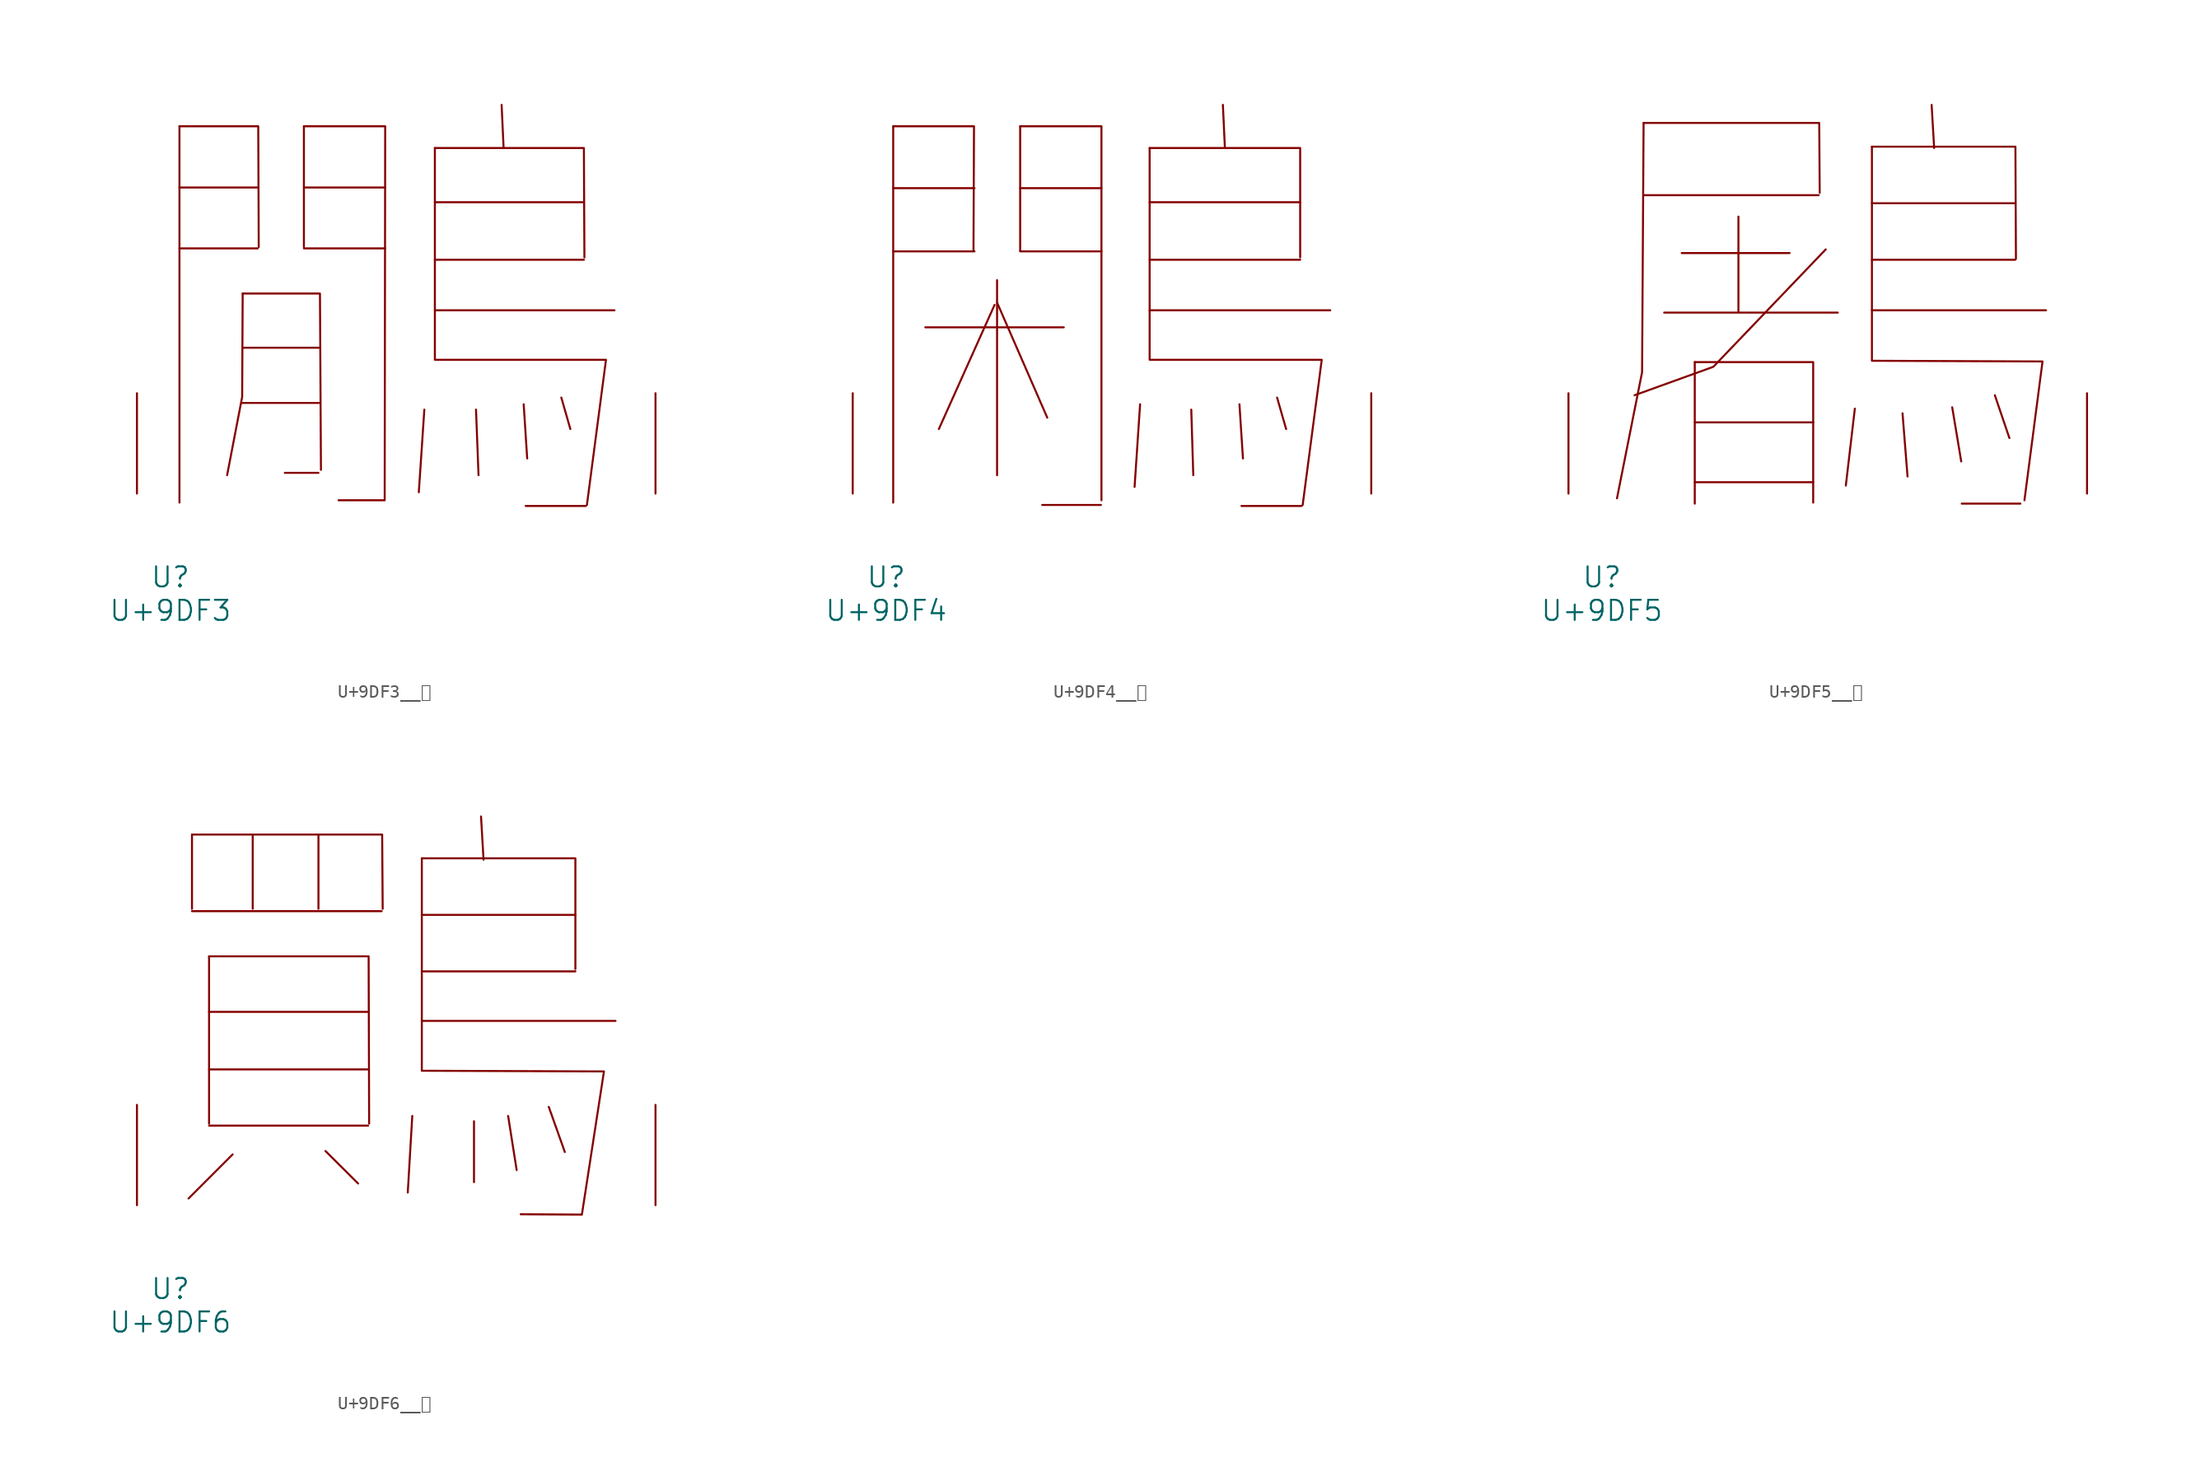
<source format=kicad_sym>
(kicad_symbol_lib
  (version 20231120)
  (generator "kicad_symbol_editor")
  (generator_version "8.0")
  (symbol "U+9DF3__鷳"
    (pin_names
      (offset 1.016))
    (property "Reference" "U"
      (at 0 -6.35 0)
      (effects (font (size 1.524 1.524))))
    (property "Value" "U+9DF3"
      (at 0 -8.89 0)
      (effects (font (size 1.524 1.524))))
    (symbol "U+9DF3__鷳_0_1"
      (polyline (pts (xy 0.686 18.618) (xy 6.629 18.618)) (stroke (width 0) (type solid)) (fill (type none)))
      (polyline (pts (xy 0.686 23.241) (xy 6.629 23.241)) (stroke (width 0) (type solid)) (fill (type none)))
      (polyline (pts (xy 0.686 27.889) (xy 0.686 -0.686)) (stroke (width 0) (type solid)) (fill (type none)))
      (polyline (pts (xy 5.41 6.883) (xy 11.316 6.883)) (stroke (width 0) (type solid)) (fill (type none)))
      (polyline (pts (xy 5.486 11.074) (xy 11.316 11.074)) (stroke (width 0) (type solid)) (fill (type none)))
      (polyline (pts (xy 8.687 1.575) (xy 11.239 1.575)) (stroke (width 0) (type solid)) (fill (type none)))
      (polyline (pts (xy 10.135 18.618) (xy 16.307 18.618)) (stroke (width 0) (type solid)) (fill (type none)))
      (polyline (pts (xy 10.135 23.241) (xy 16.307 23.241)) (stroke (width 0) (type solid)) (fill (type none)))
      (polyline (pts (xy 10.135 27.889) (xy 10.135 18.72)) (stroke (width 0) (type solid)) (fill (type none)))
      (polyline (pts (xy 19.279 6.375) (xy 18.86 0.102)) (stroke (width 0) (type solid)) (fill (type none)))
      (polyline (pts (xy 20.079 13.919) (xy 33.718 13.919)) (stroke (width 0) (type solid)) (fill (type none)))
      (polyline (pts (xy 20.079 17.755) (xy 31.394 17.755)) (stroke (width 0) (type solid)) (fill (type none)))
      (polyline (pts (xy 20.079 22.123) (xy 31.394 22.123)) (stroke (width 0) (type solid)) (fill (type none)))
      (polyline (pts (xy 23.203 6.375) (xy 23.393 1.397)) (stroke (width 0) (type solid)) (fill (type none)))
      (polyline (pts (xy 25.146 29.515) (xy 25.298 26.238)) (stroke (width 0) (type solid)) (fill (type none)))
      (polyline (pts (xy 26.822 6.782) (xy 27.089 2.667)) (stroke (width 0) (type solid)) (fill (type none)))
      (polyline (pts (xy 26.975 -0.94) (xy 31.547 -0.94)) (stroke (width 0) (type solid)) (fill (type none)))
      (polyline (pts (xy 29.68 7.29) (xy 30.366 4.902)) (stroke (width 0) (type solid)) (fill (type none)))
      (polyline (pts (xy 0.686 27.889) (xy 6.668 27.889) (xy 6.706 18.72)) (stroke (width 0) (type solid)) (fill (type none)))
      (polyline (pts (xy 5.486 15.189) (xy 5.448 7.341) (xy 4.305 1.397)) (stroke (width 0) (type solid)) (fill (type none)))
      (polyline (pts (xy 5.486 15.189) (xy 11.354 15.189) (xy 11.43 1.803)) (stroke (width 0) (type solid)) (fill (type none)))
      (polyline (pts (xy 20.079 26.238) (xy 31.394 26.238) (xy 31.433 17.932)) (stroke (width 0) (type solid)) (fill (type none)))
      (polyline (pts (xy 10.135 27.889) (xy 16.307 27.889) (xy 16.269 -0.508) (xy 12.764 -0.508)) (stroke (width 0) (type solid)) (fill (type none)))
      (polyline (pts (xy 20.079 26.238) (xy 20.079 10.16) (xy 33.071 10.16) (xy 31.623 -0.864)) (stroke (width 0) (type solid)) (fill (type none)))
      (pin input line (at -2.54 0 90) (length 7.62) (name "~" (effects (font (size 1.27 1.27)))) (number "~" (effects (font (size 1.27 1.27)))))
      (pin input line (at 36.83 0 90) (length 7.62) (name "~" (effects (font (size 1.27 1.27)))) (number "~" (effects (font (size 1.27 1.27)))))))
  (symbol "U+9DF4__鷴"
    (pin_names
      (offset 1.016))
    (property "Reference" "U"
      (at 0 -6.35 0)
      (effects (font (size 1.524 1.524))))
    (property "Value" "U+9DF4"
      (at 0 -8.89 0)
      (effects (font (size 1.524 1.524))))
    (symbol "U+9DF4__鷴_0_1"
      (polyline (pts (xy 0.533 18.39) (xy 6.706 18.39)) (stroke (width 0) (type solid)) (fill (type none)))
      (polyline (pts (xy 0.533 23.19) (xy 6.706 23.19)) (stroke (width 0) (type solid)) (fill (type none)))
      (polyline (pts (xy 0.533 27.889) (xy 0.533 -0.686)) (stroke (width 0) (type solid)) (fill (type none)))
      (polyline (pts (xy 2.972 12.624) (xy 13.487 12.624)) (stroke (width 0) (type solid)) (fill (type none)))
      (polyline (pts (xy 8.23 14.326) (xy 4 4.902)) (stroke (width 0) (type solid)) (fill (type none)))
      (polyline (pts (xy 8.42 14.503) (xy 12.23 5.766)) (stroke (width 0) (type solid)) (fill (type none)))
      (polyline (pts (xy 8.42 16.205) (xy 8.42 1.397)) (stroke (width 0) (type solid)) (fill (type none)))
      (polyline (pts (xy 10.173 18.39) (xy 16.345 18.39)) (stroke (width 0) (type solid)) (fill (type none)))
      (polyline (pts (xy 10.173 23.19) (xy 16.345 23.19)) (stroke (width 0) (type solid)) (fill (type none)))
      (polyline (pts (xy 10.173 27.889) (xy 10.173 18.44)) (stroke (width 0) (type solid)) (fill (type none)))
      (polyline (pts (xy 11.849 -0.864) (xy 16.307 -0.864)) (stroke (width 0) (type solid)) (fill (type none)))
      (polyline (pts (xy 19.279 6.782) (xy 18.86 0.508)) (stroke (width 0) (type solid)) (fill (type none)))
      (polyline (pts (xy 20.003 13.919) (xy 33.718 13.919)) (stroke (width 0) (type solid)) (fill (type none)))
      (polyline (pts (xy 20.003 17.755) (xy 31.433 17.755)) (stroke (width 0) (type solid)) (fill (type none)))
      (polyline (pts (xy 20.003 22.123) (xy 31.433 22.123)) (stroke (width 0) (type solid)) (fill (type none)))
      (polyline (pts (xy 23.165 6.375) (xy 23.317 1.397)) (stroke (width 0) (type solid)) (fill (type none)))
      (polyline (pts (xy 25.565 29.515) (xy 25.718 26.238)) (stroke (width 0) (type solid)) (fill (type none)))
      (polyline (pts (xy 26.822 6.782) (xy 27.089 2.667)) (stroke (width 0) (type solid)) (fill (type none)))
      (polyline (pts (xy 26.975 -0.94) (xy 31.547 -0.94)) (stroke (width 0) (type solid)) (fill (type none)))
      (polyline (pts (xy 29.68 7.29) (xy 30.366 4.902)) (stroke (width 0) (type solid)) (fill (type none)))
      (polyline (pts (xy 0.533 27.889) (xy 6.668 27.889) (xy 6.629 18.44)) (stroke (width 0) (type solid)) (fill (type none)))
      (polyline (pts (xy 10.173 27.889) (xy 16.345 27.889) (xy 16.345 -0.508)) (stroke (width 0) (type solid)) (fill (type none)))
      (polyline (pts (xy 20.003 26.238) (xy 31.433 26.238) (xy 31.433 17.932)) (stroke (width 0) (type solid)) (fill (type none)))
      (polyline (pts (xy 20.003 26.238) (xy 20.003 10.16) (xy 33.071 10.16) (xy 31.623 -0.864)) (stroke (width 0) (type solid)) (fill (type none)))
      (pin input line (at -2.54 0 90) (length 7.62) (name "~" (effects (font (size 1.27 1.27)))) (number "~" (effects (font (size 1.27 1.27)))))
      (pin input line (at 36.83 0 90) (length 7.62) (name "~" (effects (font (size 1.27 1.27)))) (number "~" (effects (font (size 1.27 1.27)))))))
  (symbol "U+9DF5__鷵"
    (pin_names
      (offset 1.016))
    (property "Reference" "U"
      (at 0 -6.35 0)
      (effects (font (size 1.524 1.524))))
    (property "Value" "U+9DF5"
      (at 0 -8.89 0)
      (effects (font (size 1.524 1.524))))
    (symbol "U+9DF5__鷵_0_1"
      (polyline (pts (xy 3.162 22.657) (xy 16.459 22.657)) (stroke (width 0) (type solid)) (fill (type none)))
      (polyline (pts (xy 4.724 13.741) (xy 17.907 13.741)) (stroke (width 0) (type solid)) (fill (type none)))
      (polyline (pts (xy 6.058 18.263) (xy 14.249 18.263)) (stroke (width 0) (type solid)) (fill (type none)))
      (polyline (pts (xy 7.048 0.864) (xy 16.04 0.864)) (stroke (width 0) (type solid)) (fill (type none)))
      (polyline (pts (xy 7.048 5.41) (xy 16.04 5.41)) (stroke (width 0) (type solid)) (fill (type none)))
      (polyline (pts (xy 7.048 9.982) (xy 7.048 -0.762)) (stroke (width 0) (type solid)) (fill (type none)))
      (polyline (pts (xy 10.363 21.031) (xy 10.363 13.818)) (stroke (width 0) (type solid)) (fill (type none)))
      (polyline (pts (xy 19.202 6.452) (xy 18.517 0.61)) (stroke (width 0) (type solid)) (fill (type none)))
      (polyline (pts (xy 20.498 13.919) (xy 33.718 13.919)) (stroke (width 0) (type solid)) (fill (type none)))
      (polyline (pts (xy 20.498 17.755) (xy 31.394 17.755)) (stroke (width 0) (type solid)) (fill (type none)))
      (polyline (pts (xy 20.498 22.047) (xy 31.394 22.047)) (stroke (width 0) (type solid)) (fill (type none)))
      (polyline (pts (xy 22.822 6.096) (xy 23.203 1.295)) (stroke (width 0) (type solid)) (fill (type none)))
      (polyline (pts (xy 25.032 29.515) (xy 25.222 26.238)) (stroke (width 0) (type solid)) (fill (type none)))
      (polyline (pts (xy 26.594 6.553) (xy 27.28 2.438)) (stroke (width 0) (type solid)) (fill (type none)))
      (polyline (pts (xy 27.318 -0.762) (xy 31.775 -0.762)) (stroke (width 0) (type solid)) (fill (type none)))
      (polyline (pts (xy 29.832 7.468) (xy 30.937 4.216)) (stroke (width 0) (type solid)) (fill (type none)))
      (polyline (pts (xy 3.162 28.143) (xy 3.048 9.22) (xy 1.143 -0.356)) (stroke (width 0) (type solid)) (fill (type none)))
      (polyline (pts (xy 3.162 28.143) (xy 16.497 28.143) (xy 16.535 22.835)) (stroke (width 0) (type solid)) (fill (type none)))
      (polyline (pts (xy 7.048 9.982) (xy 16.04 9.982) (xy 16.04 -0.686)) (stroke (width 0) (type solid)) (fill (type none)))
      (polyline (pts (xy 16.993 18.542) (xy 8.458 9.627) (xy 2.477 7.468)) (stroke (width 0) (type solid)) (fill (type none)))
      (polyline (pts (xy 20.498 26.34) (xy 31.394 26.34) (xy 31.433 17.831)) (stroke (width 0) (type solid)) (fill (type none)))
      (polyline (pts (xy 20.498 26.34) (xy 20.498 10.084) (xy 33.452 10.033) (xy 32.08 -0.508)) (stroke (width 0) (type solid)) (fill (type none)))
      (pin input line (at -2.54 0 90) (length 7.62) (name "~" (effects (font (size 1.27 1.27)))) (number "~" (effects (font (size 1.27 1.27)))))
      (pin input line (at 36.83 0 90) (length 7.62) (name "~" (effects (font (size 1.27 1.27)))) (number "~" (effects (font (size 1.27 1.27)))))))
  (symbol "U+9DF6__鷶"
    (pin_names
      (offset 1.016))
    (property "Reference" "U"
      (at 0 -6.35 0)
      (effects (font (size 1.524 1.524))))
    (property "Value" "U+9DF6"
      (at 0 -8.89 0)
      (effects (font (size 1.524 1.524))))
    (symbol "U+9DF6__鷶_0_1"
      (polyline (pts (xy 1.638 22.327) (xy 16.04 22.327)) (stroke (width 0) (type solid)) (fill (type none)))
      (polyline (pts (xy 1.638 28.143) (xy 1.638 22.504)) (stroke (width 0) (type solid)) (fill (type none)))
      (polyline (pts (xy 2.934 6.045) (xy 15.011 6.045)) (stroke (width 0) (type solid)) (fill (type none)))
      (polyline (pts (xy 2.934 10.312) (xy 15.011 10.312)) (stroke (width 0) (type solid)) (fill (type none)))
      (polyline (pts (xy 2.934 14.681) (xy 15.011 14.681)) (stroke (width 0) (type solid)) (fill (type none)))
      (polyline (pts (xy 2.934 18.898) (xy 2.934 6.198)) (stroke (width 0) (type solid)) (fill (type none)))
      (polyline (pts (xy 4.724 3.861) (xy 1.372 0.508)) (stroke (width 0) (type solid)) (fill (type none)))
      (polyline (pts (xy 6.248 28.143) (xy 6.248 22.504)) (stroke (width 0) (type solid)) (fill (type none)))
      (polyline (pts (xy 11.239 28.143) (xy 11.239 22.504)) (stroke (width 0) (type solid)) (fill (type none)))
      (polyline (pts (xy 11.773 4.115) (xy 14.249 1.651)) (stroke (width 0) (type solid)) (fill (type none)))
      (polyline (pts (xy 18.364 6.782) (xy 18.021 0.965)) (stroke (width 0) (type solid)) (fill (type none)))
      (polyline (pts (xy 19.088 13.995) (xy 33.795 13.995)) (stroke (width 0) (type solid)) (fill (type none)))
      (polyline (pts (xy 19.088 17.755) (xy 30.747 17.755)) (stroke (width 0) (type solid)) (fill (type none)))
      (polyline (pts (xy 19.088 22.047) (xy 30.747 22.047)) (stroke (width 0) (type solid)) (fill (type none)))
      (polyline (pts (xy 23.05 6.375) (xy 23.05 1.753)) (stroke (width 0) (type solid)) (fill (type none)))
      (polyline (pts (xy 23.584 29.515) (xy 23.774 26.238)) (stroke (width 0) (type solid)) (fill (type none)))
      (polyline (pts (xy 25.641 6.782) (xy 26.289 2.667)) (stroke (width 0) (type solid)) (fill (type none)))
      (polyline (pts (xy 28.727 7.468) (xy 29.947 4.039)) (stroke (width 0) (type solid)) (fill (type none)))
      (polyline (pts (xy 1.638 28.143) (xy 16.078 28.143) (xy 16.116 22.504)) (stroke (width 0) (type solid)) (fill (type none)))
      (polyline (pts (xy 2.934 18.898) (xy 15.05 18.898) (xy 15.088 6.198)) (stroke (width 0) (type solid)) (fill (type none)))
      (polyline (pts (xy 19.088 26.34) (xy 30.747 26.34) (xy 30.747 17.932)) (stroke (width 0) (type solid)) (fill (type none)))
      (polyline (pts (xy 19.088 26.34) (xy 19.088 10.211) (xy 32.918 10.16) (xy 31.242 -0.711) (xy 26.594 -0.686)) (stroke (width 0) (type solid)) (fill (type none)))
      (pin input line (at -2.54 0 90) (length 7.62) (name "~" (effects (font (size 1.27 1.27)))) (number "~" (effects (font (size 1.27 1.27)))))
      (pin input line (at 36.83 0 90) (length 7.62) (name "~" (effects (font (size 1.27 1.27)))) (number "~" (effects (font (size 1.27 1.27))))))))
</source>
